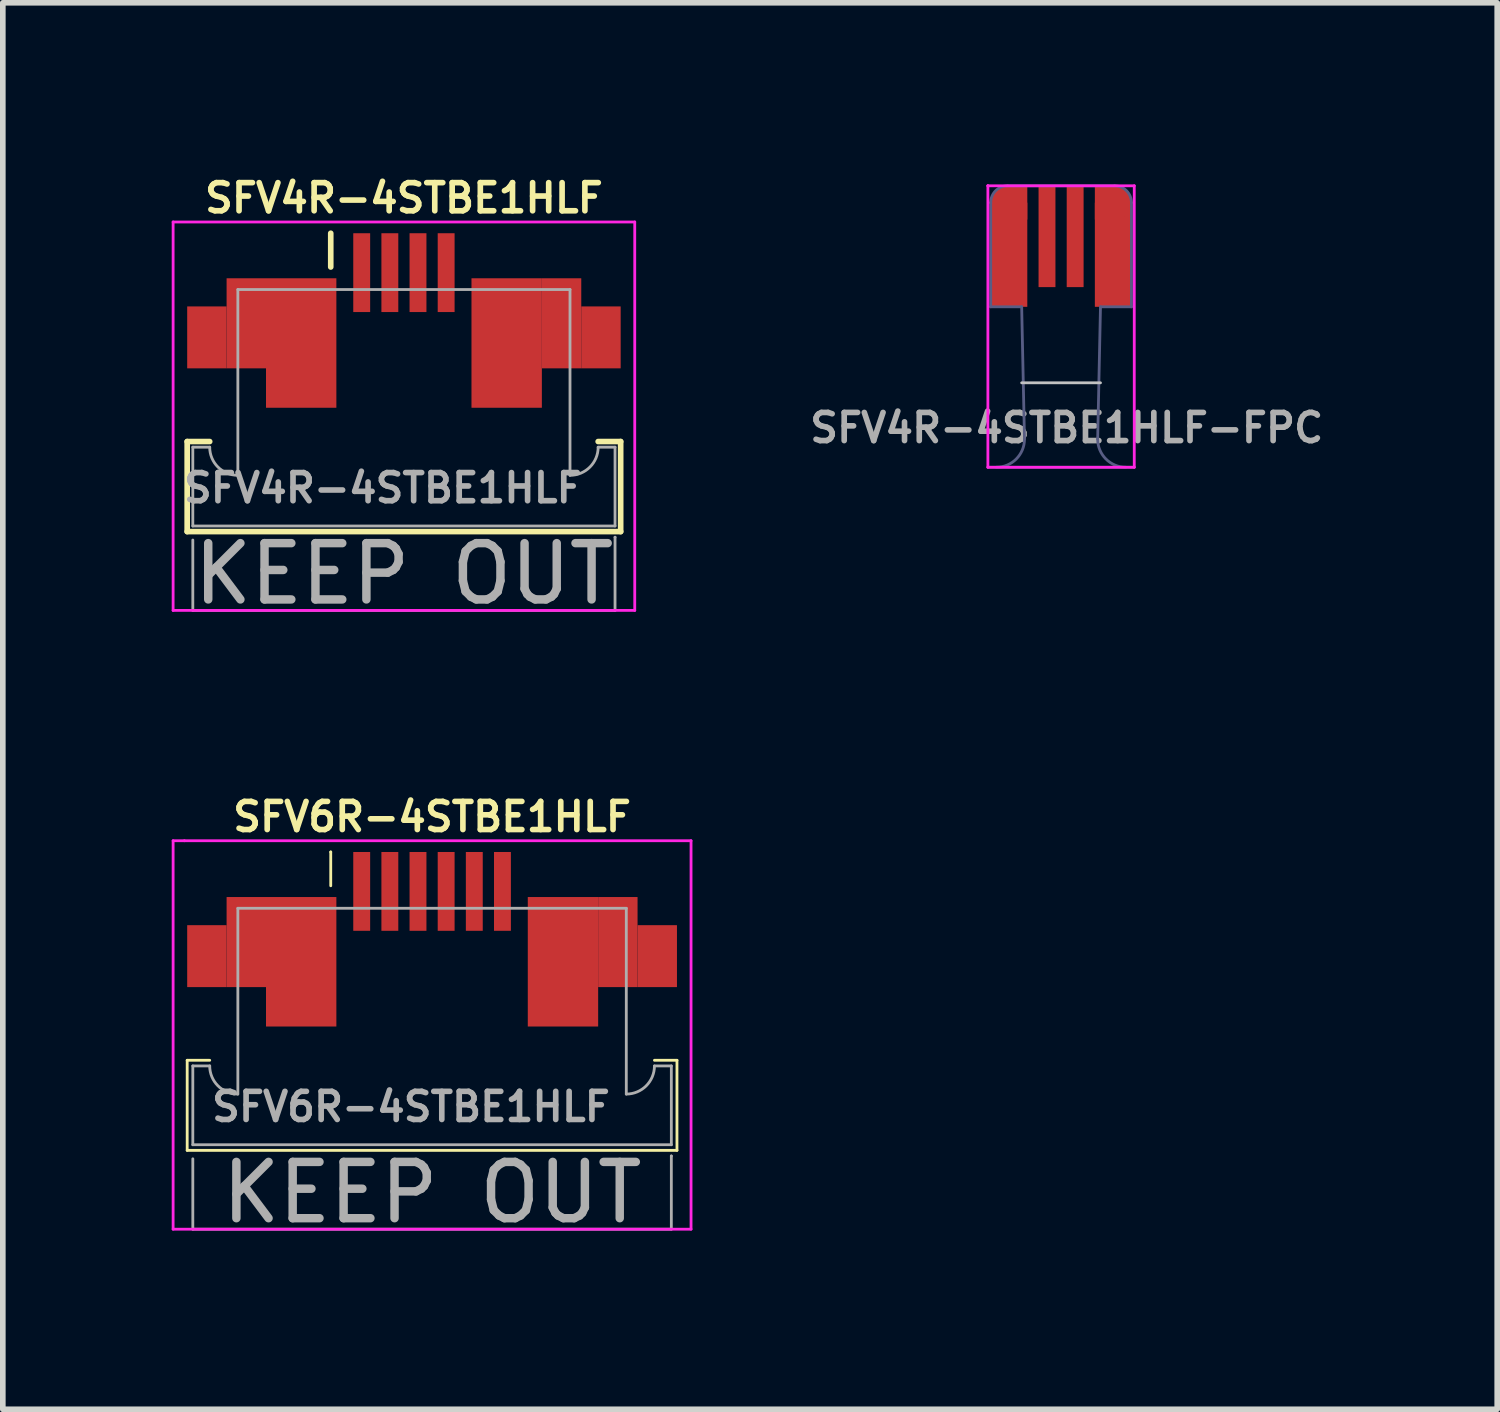
<source format=kicad_pcb>
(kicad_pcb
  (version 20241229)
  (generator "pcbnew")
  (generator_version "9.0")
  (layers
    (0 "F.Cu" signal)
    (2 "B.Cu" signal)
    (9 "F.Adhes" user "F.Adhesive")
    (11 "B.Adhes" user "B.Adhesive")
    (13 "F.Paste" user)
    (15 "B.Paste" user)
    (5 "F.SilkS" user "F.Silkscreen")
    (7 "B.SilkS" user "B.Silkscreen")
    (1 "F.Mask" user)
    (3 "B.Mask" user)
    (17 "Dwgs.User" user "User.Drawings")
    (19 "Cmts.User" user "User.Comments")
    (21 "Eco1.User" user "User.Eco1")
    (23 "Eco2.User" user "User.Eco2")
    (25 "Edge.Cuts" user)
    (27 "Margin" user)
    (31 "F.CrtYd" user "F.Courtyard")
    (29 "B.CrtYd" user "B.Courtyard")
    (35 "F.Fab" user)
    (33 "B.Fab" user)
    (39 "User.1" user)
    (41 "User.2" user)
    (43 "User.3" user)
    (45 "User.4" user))
  (footprint "SFV4R-4STBE1HLF"
    (layer "F.Cu")
    (at 4.125 2.093)
    (property "Reference" "SFV4R-4STBE1HLF" (at 0 -1.625 0) (layer "F.SilkS") (effects (font (size 0.5 0.5) (thickness 0.1))))
    (attr smd)
    (fp_line (start -3.85 2.7) (end -3.85 4.3) (stroke (width 0.1) (type solid)) (layer "F.SilkS"))
    (fp_line (start -3.85 2.7) (end -3.45 2.7) (stroke (width 0.1) (type solid)) (layer "F.SilkS"))
    (fp_line (start -3.85 4.3) (end 3.85 4.3) (stroke (width 0.1) (type solid)) (layer "F.SilkS"))
    (fp_line (start -1.3 -1) (end -1.3 -1) (stroke (width 0.05) (type solid)) (layer "F.SilkS"))
    (fp_line (start -1.3 -0.4) (end -1.3 -1) (stroke (width 0.1) (type solid)) (layer "F.SilkS"))
    (fp_line (start 3.85 2.7) (end 3.45 2.7) (stroke (width 0.1) (type solid)) (layer "F.SilkS"))
    (fp_line (start 3.85 2.7) (end 3.85 4.3) (stroke (width 0.1) (type solid)) (layer "F.SilkS"))
    (fp_line (start -4.1 -1.2) (end 4.1 -1.2) (stroke (width 0.05) (type solid)) (layer "F.CrtYd"))
    (fp_line (start -4.1 5.7) (end -4.1 -1.2) (stroke (width 0.05) (type solid)) (layer "F.CrtYd"))
    (fp_line (start 4.1 -1.2) (end 4.1 5.7) (stroke (width 0.05) (type solid)) (layer "F.CrtYd"))
    (fp_line (start 4.1 5.7) (end -4.1 5.7) (stroke (width 0.05) (type solid)) (layer "F.CrtYd"))
    (fp_line (start -3.75 2.8) (end -3.75 4.2) (stroke (width 0.05) (type solid)) (layer "F.Fab"))
    (fp_line (start -3.75 4.2) (end 3.75 4.2) (stroke (width 0.05) (type solid)) (layer "F.Fab"))
    (fp_line (start -3.75 5.7) (end -3.75 4.45) (stroke (width 0.05) (type solid)) (layer "F.Fab"))
    (fp_line (start -3.75 5.7) (end 3.75 5.7) (stroke (width 0.05) (type solid)) (layer "F.Fab"))
    (fp_line (start -3.45 2.8) (end -3.75 2.8) (stroke (width 0.05) (type solid)) (layer "F.Fab"))
    (fp_line (start -2.95 0) (end -2.95 3.3) (stroke (width 0.05) (type solid)) (layer "F.Fab"))
    (fp_line (start 2.95 0) (end -2.95 0) (stroke (width 0.05) (type solid)) (layer "F.Fab"))
    (fp_line (start 2.95 3.3) (end 2.95 0) (stroke (width 0.05) (type solid)) (layer "F.Fab"))
    (fp_line (start 3.75 2.8) (end 3.45 2.8) (stroke (width 0.05) (type solid)) (layer "F.Fab"))
    (fp_line (start 3.75 4.2) (end 3.75 2.8) (stroke (width 0.05) (type solid)) (layer "F.Fab"))
    (fp_line (start 3.75 4.4) (end 3.75 4.4) (stroke (width 0.05) (type solid)) (layer "F.Fab"))
    (fp_line (start 3.75 5.7) (end 3.75 4.4) (stroke (width 0.05) (type solid)) (layer "F.Fab"))
    (fp_arc (start -2.952227 3.299995) (mid -3.30434 3.152765) (end -3.45 2.8) (stroke (width 0.05) (type solid)) (layer "F.Fab"))
    (fp_arc (start 3.449998 2.80136) (mid 3.303072 3.154034) (end 2.95 3.3) (stroke (width 0.05) (type solid)) (layer "F.Fab"))
    (fp_text user "${REFERENCE}" (at -0.375 3.525 0) (layer "F.Fab") (effects (font (size 0.5 0.5) (thickness 0.1))))
    (fp_text user "KEEP OUT" (at 0 5.05 0) (layer "F.Fab") (effects (font (size 1 1) (thickness 0.15))))
    (pad "1" smd rect (at -0.75 -0.3) (size 0.3 1.4) (layers "F.Cu" "F.Mask" "F.Paste"))
    (pad "2" smd rect (at -0.25 -0.3) (size 0.3 1.4) (layers "F.Cu" "F.Mask" "F.Paste"))
    (pad "3" smd rect (at 0.25 -0.3) (size 0.3 1.4) (layers "F.Cu" "F.Mask" "F.Paste"))
    (pad "4" smd rect (at 0.75 -0.3) (size 0.3 1.4) (layers "F.Cu" "F.Mask" "F.Paste"))
    (pad "7" smd rect (at -3.5 0.85) (size 0.7 1.1) (layers "F.Cu" "F.Mask" "F.Paste"))
    (pad "7" smd rect (at -2.8 0.6) (size 0.7 1.6) (layers "F.Cu" "F.Mask" "F.Paste"))
    (pad "7" smd rect (at -1.825 0.95) (size 1.25 2.3) (layers "F.Cu" "F.Mask" "F.Paste"))
    (pad "8" smd rect (at 1.825 0.95) (size 1.25 2.3) (layers "F.Cu" "F.Mask" "F.Paste"))
    (pad "8" smd rect (at 2.8 0.6) (size 0.7 1.6) (layers "F.Cu" "F.Mask" "F.Paste"))
    (pad "8" smd rect (at 3.5 0.85) (size 0.7 1.1) (layers "F.Cu" "F.Mask" "F.Paste")))
  (footprint "SFV6R-4STBE1HLF"
    (layer "F.Cu")
    (at 4.625 13.084)
    (property "Reference" "SFV6R-4STBE1HLF" (at 0 -1.625 0) (layer "F.SilkS") (effects (font (size 0.5 0.5) (thickness 0.1))))
    (attr smd)
    (fp_line (start -4.35 2.7) (end -4.35 4.3) (stroke (width 0.05) (type solid)) (layer "F.SilkS"))
    (fp_line (start -4.35 2.7) (end -3.95 2.7) (stroke (width 0.05) (type solid)) (layer "F.SilkS"))
    (fp_line (start -4.35 4.3) (end 4.35 4.3) (stroke (width 0.05) (type solid)) (layer "F.SilkS"))
    (fp_line (start -1.8 -1) (end -1.8 -1) (stroke (width 0.05) (type solid)) (layer "F.SilkS"))
    (fp_line (start -1.8 -0.4) (end -1.8 -1) (stroke (width 0.05) (type solid)) (layer "F.SilkS"))
    (fp_line (start 4.35 2.7) (end 3.95 2.7) (stroke (width 0.05) (type solid)) (layer "F.SilkS"))
    (fp_line (start 4.35 2.7) (end 4.35 4.3) (stroke (width 0.05) (type solid)) (layer "F.SilkS"))
    (fp_line (start -4.6 -1.2) (end -4.4 -1.2) (stroke (width 0.05) (type solid)) (layer "F.CrtYd"))
    (fp_line (start -4.6 5.7) (end -4.6 -1.2) (stroke (width 0.05) (type solid)) (layer "F.CrtYd"))
    (fp_line (start -4.4 -1.2) (end 4.6 -1.2) (stroke (width 0.05) (type solid)) (layer "F.CrtYd"))
    (fp_line (start 4.6 -1.2) (end 4.6 5.7) (stroke (width 0.05) (type solid)) (layer "F.CrtYd"))
    (fp_line (start 4.6 5.7) (end -4.6 5.7) (stroke (width 0.05) (type solid)) (layer "F.CrtYd"))
    (fp_line (start -4.25 2.8) (end -4.25 4.2) (stroke (width 0.05) (type solid)) (layer "F.Fab"))
    (fp_line (start -4.25 4.2) (end 4.25 4.2) (stroke (width 0.05) (type solid)) (layer "F.Fab"))
    (fp_line (start -4.25 5.7) (end -4.25 4.45) (stroke (width 0.05) (type solid)) (layer "F.Fab"))
    (fp_line (start -4.25 5.7) (end 4.25 5.7) (stroke (width 0.05) (type solid)) (layer "F.Fab"))
    (fp_line (start -3.95 2.8) (end -4.25 2.8) (stroke (width 0.05) (type solid)) (layer "F.Fab"))
    (fp_line (start -3.45 0) (end -3.45 3.3) (stroke (width 0.05) (type solid)) (layer "F.Fab"))
    (fp_line (start 3.45 0) (end -3.45 0) (stroke (width 0.05) (type solid)) (layer "F.Fab"))
    (fp_line (start 3.45 3.3) (end 3.45 0) (stroke (width 0.05) (type solid)) (layer "F.Fab"))
    (fp_line (start 4.25 2.8) (end 3.95 2.8) (stroke (width 0.05) (type solid)) (layer "F.Fab"))
    (fp_line (start 4.25 4.2) (end 4.25 2.8) (stroke (width 0.05) (type solid)) (layer "F.Fab"))
    (fp_line (start 4.25 4.4) (end 4.25 4.4) (stroke (width 0.05) (type solid)) (layer "F.Fab"))
    (fp_line (start 4.25 5.7) (end 4.25 4.4) (stroke (width 0.05) (type solid)) (layer "F.Fab"))
    (fp_arc (start -3.452227 3.299995) (mid -3.80434 3.152765) (end -3.95 2.8) (stroke (width 0.05) (type solid)) (layer "F.Fab"))
    (fp_arc (start 3.949998 2.80136) (mid 3.803072 3.154034) (end 3.45 3.3) (stroke (width 0.05) (type solid)) (layer "F.Fab"))
    (fp_text user "${REFERENCE}" (at -0.375 3.525 0) (layer "F.Fab") (effects (font (size 0.5 0.5) (thickness 0.1))))
    (fp_text user "KEEP OUT" (at 0 5.05 0) (layer "F.Fab") (effects (font (size 1 1) (thickness 0.15))))
    (pad "1" smd rect (at -1.25 -0.3) (size 0.3 1.4) (layers "F.Cu" "F.Mask" "F.Paste"))
    (pad "2" smd rect (at -0.75 -0.3) (size 0.3 1.4) (layers "F.Cu" "F.Mask" "F.Paste"))
    (pad "3" smd rect (at -0.25 -0.3) (size 0.3 1.4) (layers "F.Cu" "F.Mask" "F.Paste"))
    (pad "4" smd rect (at 0.25 -0.3) (size 0.3 1.4) (layers "F.Cu" "F.Mask" "F.Paste"))
    (pad "5" smd rect (at 0.75 -0.3) (size 0.3 1.4) (layers "F.Cu" "F.Mask" "F.Paste"))
    (pad "6" smd rect (at 1.25 -0.3) (size 0.3 1.4) (layers "F.Cu" "F.Mask" "F.Paste"))
    (pad "7" smd rect (at -4 0.85) (size 0.7 1.1) (layers "F.Cu" "F.Mask" "F.Paste"))
    (pad "7" smd rect (at -3.3 0.6) (size 0.7 1.6) (layers "F.Cu" "F.Mask" "F.Paste"))
    (pad "7" smd rect (at -2.325 0.95) (size 1.25 2.3) (layers "F.Cu" "F.Mask" "F.Paste"))
    (pad "8" smd rect (at 2.325 0.95) (size 1.25 2.3) (layers "F.Cu" "F.Mask" "F.Paste"))
    (pad "8" smd rect (at 3.3 0.6) (size 0.7 1.6) (layers "F.Cu" "F.Mask" "F.Paste"))
    (pad "8" smd rect (at 4 0.85) (size 0.7 1.1) (layers "F.Cu" "F.Mask" "F.Paste")))
  (footprint "SFV4R-4STBE1HLF-FPC"
    (layer "F.Cu")
    (at 15.798 0.25)
    (property "Reference" "SFV4R-4STBE1HLF-FPC" (at 0.1 4.3 0) (layer "F.Fab") (effects (font (size 0.5 0.5) (thickness 0.1))))
    (attr exclude_from_pos_files exclude_from_bom)
    (fp_line (start 0.7 3.5) (end -0.7 3.5) (stroke (width 0.05) (type solid)) (layer "Dwgs.User"))
    (fp_line (start -1.3 0) (end -1.3 0) (stroke (width 0.05) (type solid)) (layer "F.CrtYd"))
    (fp_line (start -1.3 0) (end 1.3 0) (stroke (width 0.05) (type solid)) (layer "F.CrtYd"))
    (fp_line (start -1.3 5) (end -1.3 0) (stroke (width 0.05) (type solid)) (layer "F.CrtYd"))
    (fp_line (start 1.3 0) (end 1.3 5) (stroke (width 0.05) (type solid)) (layer "F.CrtYd"))
    (fp_line (start 1.3 5) (end -1.3 5) (stroke (width 0.05) (type solid)) (layer "F.CrtYd"))
    (fp_line (start -1.3 5) (end 1.3 5) (stroke (width 0.05) (type solid)) (layer "B.Fab"))
    (fp_line (start -1.25 0.3) (end -1.25 0.3) (stroke (width 0.05) (type solid)) (layer "B.Fab"))
    (fp_line (start -1.25 2.15) (end -1.25 0.3) (stroke (width 0.05) (type solid)) (layer "B.Fab"))
    (fp_line (start -0.7 2.15) (end -1.25 2.15) (stroke (width 0.05) (type solid)) (layer "B.Fab"))
    (fp_line (start -0.65 4.5) (end -0.7 2.15) (stroke (width 0.05) (type solid)) (layer "B.Fab"))
    (fp_line (start 0.65 4.5) (end 0.7 2.15) (stroke (width 0.05) (type solid)) (layer "B.Fab"))
    (fp_line (start 0.7 2.15) (end 1.25 2.15) (stroke (width 0.05) (type solid)) (layer "B.Fab"))
    (fp_line (start 0.95 0) (end -0.95 0) (stroke (width 0.05) (type solid)) (layer "B.Fab"))
    (fp_line (start 1.25 2.15) (end 1.25 0.3) (stroke (width 0.05) (type solid)) (layer "B.Fab"))
    (fp_arc (start -1.25 0.3) (mid -1.162132 0.087868) (end -0.95 0) (stroke (width 0.05) (type solid)) (layer "B.Fab"))
    (fp_arc (start -0.65 4.5) (mid -0.796447 4.853553) (end -1.15 5) (stroke (width 0.05) (type solid)) (layer "B.Fab"))
    (fp_arc (start 0.95 0) (mid 1.162132 0.087868) (end 1.25 0.3) (stroke (width 0.05) (type solid)) (layer "B.Fab"))
    (fp_arc (start 1.15 5) (mid 0.796447 4.853553) (end 0.65 4.5) (stroke (width 0.05) (type solid)) (layer "B.Fab"))
    (pad "" smd rect (at 0 1.25) (size 1.5 2.5) (layers "F.Mask"))
    (pad "1" smd circle (at -0.95 0.3) (size 0.6 0.6) (layers "F.Cu" "F.Mask"))
    (pad "1" smd rect (at -0.925 1.225) (size 0.65 1.85) (layers "F.Cu" "F.Mask"))
    (pad "1" smd rect (at -0.75 0.3) (size 0.3 0.6) (layers "F.Cu" "F.Mask"))
    (pad "2" smd rect (at -0.25 0.9) (size 0.3 1.8) (layers "F.Cu" "F.Mask"))
    (pad "3" smd rect (at 0.25 0.9) (size 0.3 1.8) (layers "F.Cu" "F.Mask"))
    (pad "4" smd rect (at 0.75 0.3) (size 0.3 0.6) (layers "F.Cu" "F.Mask"))
    (pad "4" smd rect (at 0.925 1.225) (size 0.65 1.85) (layers "F.Cu" "F.Mask"))
    (pad "4" smd circle (at 0.95 0.3) (size 0.6 0.6) (layers "F.Cu" "F.Mask")))
  (gr_rect
    (start -3 -3)
    (end 23.545 21.983)
    (stroke (width 0.1) (type default))
    (fill no)
    (layer "Edge.Cuts")))
</source>
